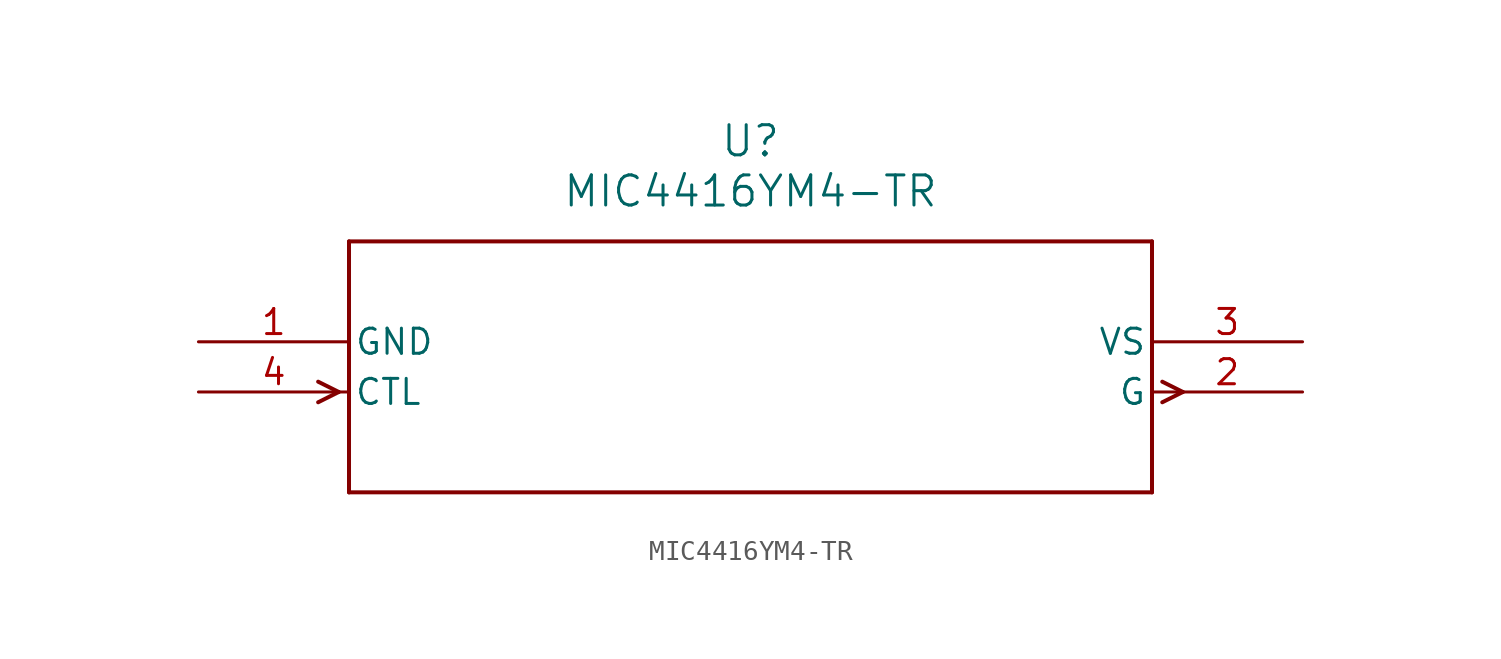
<source format=kicad_sym>
(kicad_symbol_lib
  (version 20211014)
  (generator kicad_symbol_editor)
  (symbol "MIC4416YM4-TR"
    (pin_names
      (offset 0.254))
    (property "Reference" "U"
      (at 27.94 10.16 0)
      (effects (font (size 1.524 1.524))))
    (property "Value" "MIC4416YM4-TR"
      (at 27.94 7.62 0)
      (effects (font (size 1.524 1.524))))
    (symbol "MIC4416YM4-TR_0_1"
      (polyline (pts (xy 7.099 -2.54) (xy 6.058 -2.019)) (stroke (width 0.203) (type default) (color 0 0 0 0)) (fill (type none)))
      (polyline (pts (xy 7.099 -2.54) (xy 6.058 -3.061)) (stroke (width 0.203) (type default) (color 0 0 0 0)) (fill (type none)))
      (polyline (pts (xy 48.781 -2.019) (xy 49.822 -2.54)) (stroke (width 0.203) (type default) (color 0 0 0 0)) (fill (type none)))
      (polyline (pts (xy 48.781 -3.061) (xy 49.822 -2.54)) (stroke (width 0.203) (type default) (color 0 0 0 0)) (fill (type none)))
      (polyline (pts (xy 7.62 5.08) (xy 7.62 -7.62)) (stroke (width 0.203) (type default) (color 0 0 0 0)) (fill (type none)))
      (polyline (pts (xy 7.62 -7.62) (xy 48.26 -7.62)) (stroke (width 0.203) (type default) (color 0 0 0 0)) (fill (type none)))
      (polyline (pts (xy 48.26 -7.62) (xy 48.26 5.08)) (stroke (width 0.203) (type default) (color 0 0 0 0)) (fill (type none)))
      (polyline (pts (xy 48.26 5.08) (xy 7.62 5.08)) (stroke (width 0.203) (type default) (color 0 0 0 0)) (fill (type none)))
      (pin power_in line (at 0 0 0) (length 7.62) (name "GND" (effects (font (size 1.27 1.27)))) (number "1" (effects (font (size 1.27 1.27)))))
      (pin output line (at 55.88 -2.54 180) (length 7.62) (name "G" (effects (font (size 1.27 1.27)))) (number "2" (effects (font (size 1.27 1.27)))))
      (pin power_in line (at 55.88 0 180) (length 7.62) (name "VS" (effects (font (size 1.27 1.27)))) (number "3" (effects (font (size 1.27 1.27)))))
      (pin input line (at 0 -2.54 0) (length 7.62) (name "CTL" (effects (font (size 1.27 1.27)))) (number "4" (effects (font (size 1.27 1.27))))))))
</source>
